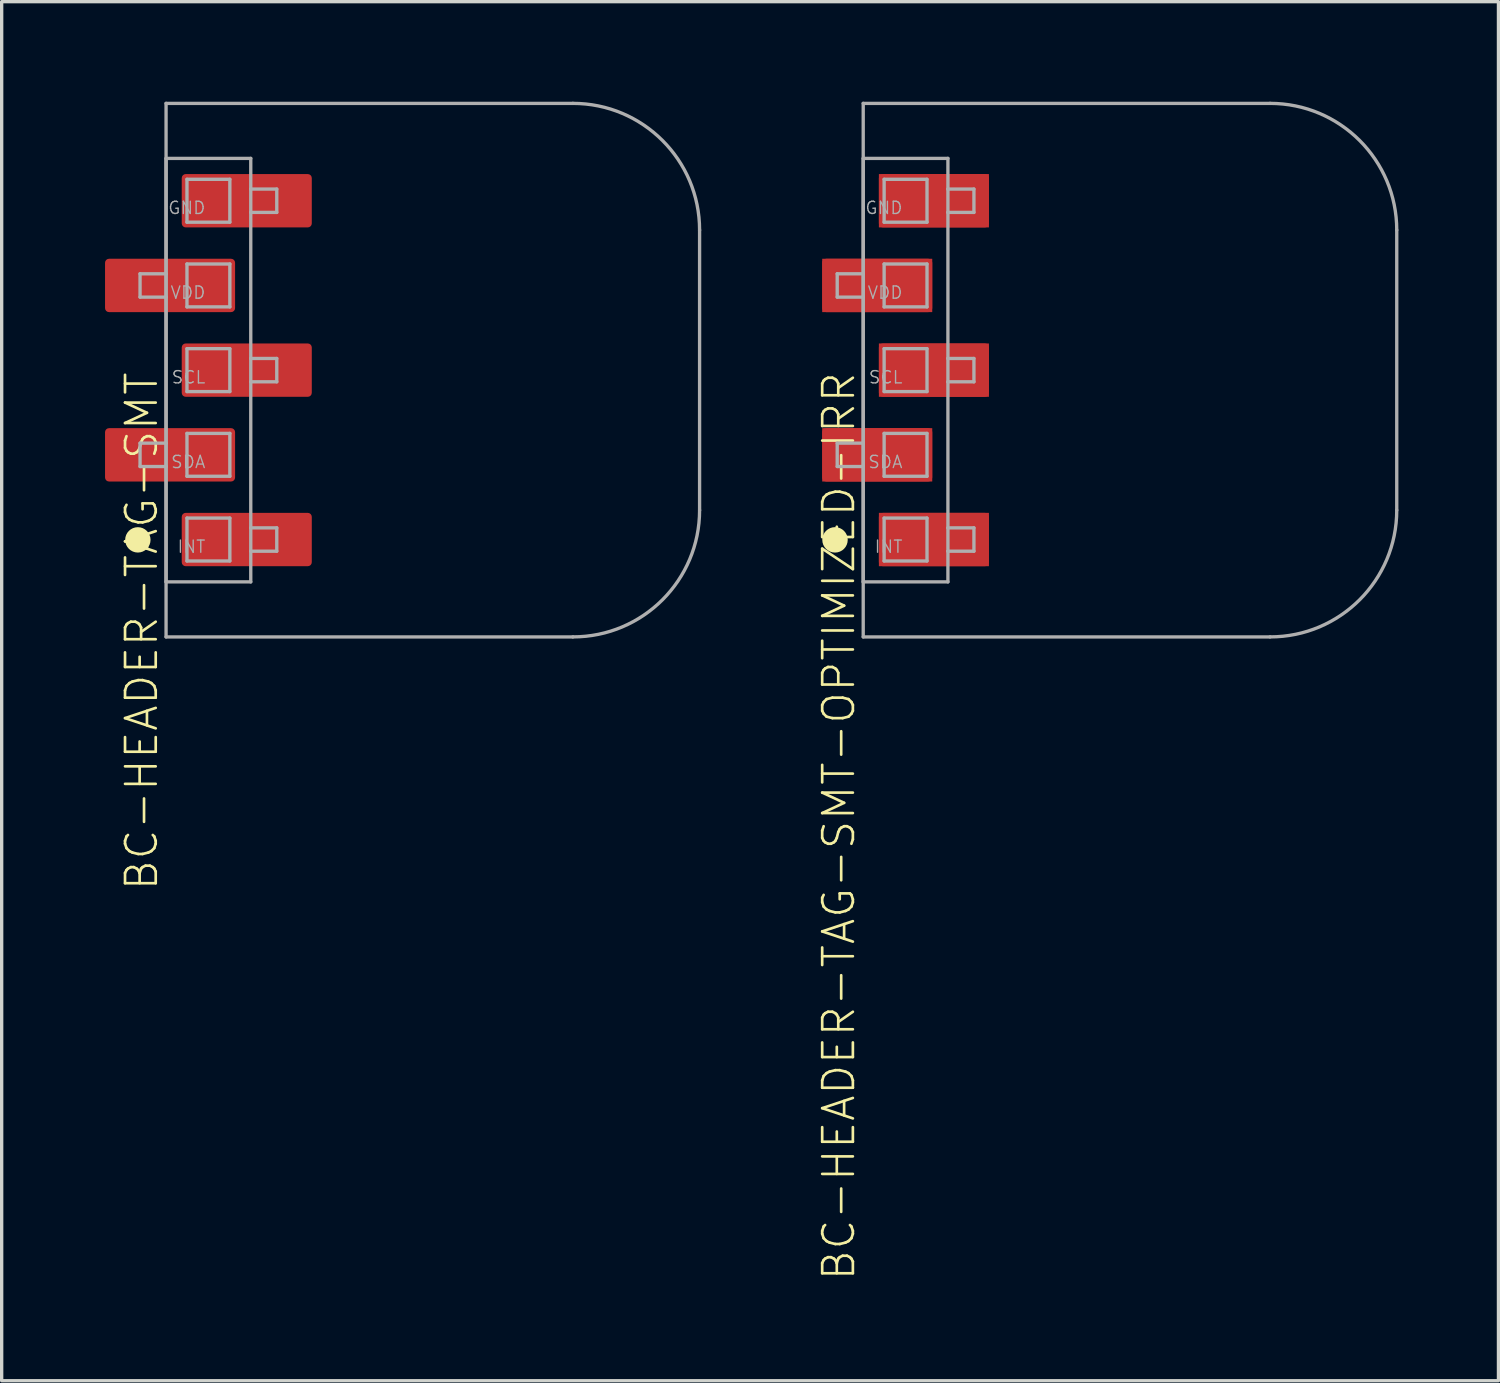
<source format=kicad_pcb>
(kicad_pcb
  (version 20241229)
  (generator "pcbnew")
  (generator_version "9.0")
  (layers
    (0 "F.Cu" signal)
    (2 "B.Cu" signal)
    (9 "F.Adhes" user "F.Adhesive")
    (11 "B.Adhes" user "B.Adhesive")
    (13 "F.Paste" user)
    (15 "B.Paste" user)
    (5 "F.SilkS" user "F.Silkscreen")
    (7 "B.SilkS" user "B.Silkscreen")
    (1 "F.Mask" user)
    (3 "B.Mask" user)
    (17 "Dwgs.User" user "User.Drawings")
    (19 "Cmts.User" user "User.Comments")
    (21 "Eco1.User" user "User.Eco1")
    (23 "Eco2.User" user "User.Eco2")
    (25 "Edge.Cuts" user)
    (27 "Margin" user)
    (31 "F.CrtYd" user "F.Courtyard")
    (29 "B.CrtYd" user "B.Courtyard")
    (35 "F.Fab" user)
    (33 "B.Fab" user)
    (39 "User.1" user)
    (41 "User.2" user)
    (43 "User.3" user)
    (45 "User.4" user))
  (footprint "BC-HEADER-TAG-SMT"
    (layer "F.Cu")
    (at 4.47 8.05)
    (property "Reference" "BC-HEADER-TAG-SMT" (at -3.81 0 90) (unlocked yes) (layer "F.SilkS") (effects (font (size 0.92 0.92) (thickness 0.08)) (justify right top)))
    (fp_poly (pts (xy -4.47 -1.64) (xy -0.37 -1.64) (xy -0.37 -3.44) (xy -4.47 -3.44)) (stroke (width 0) (type default)) (fill yes) (layer "F.Mask"))
    (fp_poly (pts (xy -4.47 3.44) (xy -0.37 3.44) (xy -0.37 1.64) (xy -4.47 1.64)) (stroke (width 0) (type default)) (fill yes) (layer "F.Mask"))
    (fp_poly (pts (xy 1.93 -5.98) (xy -2.17 -5.98) (xy -2.17 -4.18) (xy 1.93 -4.18)) (stroke (width 0) (type default)) (fill yes) (layer "F.Mask"))
    (fp_poly (pts (xy 1.93 -0.9) (xy -2.17 -0.9) (xy -2.17 0.9) (xy 1.93 0.9)) (stroke (width 0) (type default)) (fill yes) (layer "F.Mask"))
    (fp_poly (pts (xy 1.93 4.18) (xy -2.17 4.18) (xy -2.17 5.98) (xy 1.93 5.98)) (stroke (width 0) (type default)) (fill yes) (layer "F.Mask"))
    (fp_circle (center -3.386 5.09) (end -3.196 5.09) (stroke (width 0.381) (type solid)) (fill yes) (layer "F.SilkS"))
    (fp_poly (pts (xy -4.27 -1.89) (xy -2.17 -1.89) (xy -2.17 -3.19) (xy -4.27 -3.19)) (stroke (width 0) (type default)) (fill yes) (layer "F.Paste"))
    (fp_poly (pts (xy -4.27 3.19) (xy -2.17 3.19) (xy -2.17 1.89) (xy -4.27 1.89)) (stroke (width 0) (type default)) (fill yes) (layer "F.Paste"))
    (fp_poly (pts (xy -0.37 0.65) (xy 1.73 0.65) (xy 1.73 -0.65) (xy -0.37 -0.65)) (stroke (width 0) (type default)) (fill yes) (layer "F.Paste"))
    (fp_poly (pts (xy -0.37 5.73) (xy 1.73 5.73) (xy 1.73 4.43) (xy -0.37 4.43)) (stroke (width 0) (type default)) (fill yes) (layer "F.Paste"))
    (fp_poly (pts (xy 1.73 -5.73) (xy -0.37 -5.73) (xy -0.37 -4.43) (xy 1.73 -4.43)) (stroke (width 0) (type default)) (fill yes) (layer "F.Paste"))
    (fp_line (start -3.32 -2.19) (end -3.32 -2.89) (stroke (width 0.1) (type solid)) (layer "F.Fab"))
    (fp_line (start -3.32 2.89) (end -3.32 2.19) (stroke (width 0.1) (type solid)) (layer "F.Fab"))
    (fp_line (start -2.54 -8) (end 9.66 -8) (stroke (width 0.1) (type solid)) (layer "F.Fab"))
    (fp_line (start -2.54 -6.35) (end -2.54 -2.89) (stroke (width 0.1) (type solid)) (layer "F.Fab"))
    (fp_line (start -2.54 -2.89) (end -3.32 -2.89) (stroke (width 0.1) (type solid)) (layer "F.Fab"))
    (fp_line (start -2.54 -2.89) (end -2.54 -2.19) (stroke (width 0.1) (type solid)) (layer "F.Fab"))
    (fp_line (start -2.54 -2.19) (end -3.32 -2.19) (stroke (width 0.1) (type solid)) (layer "F.Fab"))
    (fp_line (start -2.54 -2.19) (end -2.54 2.19) (stroke (width 0.1) (type solid)) (layer "F.Fab"))
    (fp_line (start -2.54 2.19) (end -3.32 2.19) (stroke (width 0.1) (type solid)) (layer "F.Fab"))
    (fp_line (start -2.54 2.19) (end -2.54 2.89) (stroke (width 0.1) (type solid)) (layer "F.Fab"))
    (fp_line (start -2.54 2.89) (end -3.32 2.89) (stroke (width 0.1) (type solid)) (layer "F.Fab"))
    (fp_line (start -2.54 2.89) (end -2.54 6.35) (stroke (width 0.1) (type solid)) (layer "F.Fab"))
    (fp_line (start -2.54 6.35) (end 0 6.35) (stroke (width 0.1) (type solid)) (layer "F.Fab"))
    (fp_line (start -2.54 8) (end -2.54 -8) (stroke (width 0.1) (type solid)) (layer "F.Fab"))
    (fp_line (start -1.913 -5.723) (end -1.913 -4.437) (stroke (width 0.1) (type solid)) (layer "F.Fab"))
    (fp_line (start -1.913 -4.437) (end -0.627 -4.437) (stroke (width 0.1) (type solid)) (layer "F.Fab"))
    (fp_line (start -1.913 -3.183) (end -1.913 -1.897) (stroke (width 0.1) (type solid)) (layer "F.Fab"))
    (fp_line (start -1.913 -1.897) (end -0.627 -1.897) (stroke (width 0.1) (type solid)) (layer "F.Fab"))
    (fp_line (start -1.913 -0.643) (end -1.913 0.643) (stroke (width 0.1) (type solid)) (layer "F.Fab"))
    (fp_line (start -1.913 0.643) (end -0.627 0.643) (stroke (width 0.1) (type solid)) (layer "F.Fab"))
    (fp_line (start -1.913 1.897) (end -1.913 3.183) (stroke (width 0.1) (type solid)) (layer "F.Fab"))
    (fp_line (start -1.913 3.183) (end -0.627 3.183) (stroke (width 0.1) (type solid)) (layer "F.Fab"))
    (fp_line (start -1.913 4.437) (end -1.913 5.723) (stroke (width 0.1) (type solid)) (layer "F.Fab"))
    (fp_line (start -1.913 5.723) (end -0.627 5.723) (stroke (width 0.1) (type solid)) (layer "F.Fab"))
    (fp_line (start -0.627 -5.723) (end -1.913 -5.723) (stroke (width 0.1) (type solid)) (layer "F.Fab"))
    (fp_line (start -0.627 -4.437) (end -0.627 -5.723) (stroke (width 0.1) (type solid)) (layer "F.Fab"))
    (fp_line (start -0.627 -3.183) (end -1.913 -3.183) (stroke (width 0.1) (type solid)) (layer "F.Fab"))
    (fp_line (start -0.627 -1.897) (end -0.627 -3.183) (stroke (width 0.1) (type solid)) (layer "F.Fab"))
    (fp_line (start -0.627 -0.643) (end -1.913 -0.643) (stroke (width 0.1) (type solid)) (layer "F.Fab"))
    (fp_line (start -0.627 0.643) (end -0.627 -0.643) (stroke (width 0.1) (type solid)) (layer "F.Fab"))
    (fp_line (start -0.627 1.897) (end -1.913 1.897) (stroke (width 0.1) (type solid)) (layer "F.Fab"))
    (fp_line (start -0.627 3.183) (end -0.627 1.897) (stroke (width 0.1) (type solid)) (layer "F.Fab"))
    (fp_line (start -0.627 4.437) (end -1.913 4.437) (stroke (width 0.1) (type solid)) (layer "F.Fab"))
    (fp_line (start -0.627 5.723) (end -0.627 4.437) (stroke (width 0.1) (type solid)) (layer "F.Fab"))
    (fp_line (start 0 -6.35) (end -2.54 -6.35) (stroke (width 0.1) (type solid)) (layer "F.Fab"))
    (fp_line (start 0 -5.43) (end 0 -6.35) (stroke (width 0.1) (type solid)) (layer "F.Fab"))
    (fp_line (start 0 -5.43) (end 0.78 -5.43) (stroke (width 0.1) (type solid)) (layer "F.Fab"))
    (fp_line (start 0 -4.73) (end 0 -5.43) (stroke (width 0.1) (type solid)) (layer "F.Fab"))
    (fp_line (start 0 -4.73) (end 0.78 -4.73) (stroke (width 0.1) (type solid)) (layer "F.Fab"))
    (fp_line (start 0 -0.35) (end 0 -4.73) (stroke (width 0.1) (type solid)) (layer "F.Fab"))
    (fp_line (start 0 -0.35) (end 0.78 -0.35) (stroke (width 0.1) (type solid)) (layer "F.Fab"))
    (fp_line (start 0 0.35) (end 0 -0.35) (stroke (width 0.1) (type solid)) (layer "F.Fab"))
    (fp_line (start 0 0.35) (end 0.78 0.35) (stroke (width 0.1) (type solid)) (layer "F.Fab"))
    (fp_line (start 0 4.73) (end 0 0.35) (stroke (width 0.1) (type solid)) (layer "F.Fab"))
    (fp_line (start 0 4.73) (end 0.78 4.73) (stroke (width 0.1) (type solid)) (layer "F.Fab"))
    (fp_line (start 0 5.43) (end 0 4.73) (stroke (width 0.1) (type solid)) (layer "F.Fab"))
    (fp_line (start 0 5.43) (end 0.78 5.43) (stroke (width 0.1) (type solid)) (layer "F.Fab"))
    (fp_line (start 0 6.35) (end 0 5.43) (stroke (width 0.1) (type solid)) (layer "F.Fab"))
    (fp_line (start 0.78 -5.43) (end 0.78 -4.73) (stroke (width 0.1) (type solid)) (layer "F.Fab"))
    (fp_line (start 0.78 -0.35) (end 0.78 0.35) (stroke (width 0.1) (type solid)) (layer "F.Fab"))
    (fp_line (start 0.78 4.73) (end 0.78 5.43) (stroke (width 0.1) (type solid)) (layer "F.Fab"))
    (fp_line (start 9.66 8) (end -2.54 8) (stroke (width 0.1) (type solid)) (layer "F.Fab"))
    (fp_line (start 13.46 -4.2) (end 13.46 4.2) (stroke (width 0.1) (type solid)) (layer "F.Fab"))
    (fp_arc (start 9.66 -8) (mid 12.347006 -6.887006) (end 13.46 -4.2) (stroke (width 0.1) (type solid)) (layer "F.Fab"))
    (fp_arc (start 13.46 4.2) (mid 12.347006 6.887006) (end 9.66 8) (stroke (width 0.1) (type solid)) (layer "F.Fab"))
    (fp_text user "GND" (at -1.333 -5.08 0) (layer "F.Fab") (effects (font (size 0.366 0.366) (thickness 0.041)) (justify right top)))
    (fp_text user "INT" (at -1.333 5.08 0) (layer "F.Fab") (effects (font (size 0.366 0.366) (thickness 0.041)) (justify right top)))
    (fp_text user "SCL" (at -1.333 0 0) (layer "F.Fab") (effects (font (size 0.366 0.366) (thickness 0.041)) (justify right top)))
    (fp_text user "SDA" (at -1.333 2.54 0) (layer "F.Fab") (effects (font (size 0.366 0.366) (thickness 0.041)) (justify right top)))
    (fp_text user "VDD" (at -1.333 -2.54 0) (layer "F.Fab") (effects (font (size 0.366 0.366) (thickness 0.041)) (justify right top)))
    (pad "1" smd roundrect (at -0.12 5.08) (size 3.9 1.6) (layers "F.Cu") (roundrect_rratio 0.075))
    (pad "2" smd roundrect (at -2.42 2.54) (size 3.9 1.6) (layers "F.Cu") (roundrect_rratio 0.075))
    (pad "3" smd roundrect (at -0.12 0) (size 3.9 1.6) (layers "F.Cu") (roundrect_rratio 0.075))
    (pad "4" smd roundrect (at -2.42 -2.54) (size 3.9 1.6) (layers "F.Cu") (roundrect_rratio 0.075))
    (pad "5" smd roundrect (at -0.12 -5.08) (size 3.9 1.6) (layers "F.Cu") (roundrect_rratio 0.075)))
  (footprint "BC-HEADER-TAG-SMT-OPTIMIZED-IRR"
    (layer "F.Cu")
    (at 24.107 8.05)
    (property "Reference" "BC-HEADER-TAG-SMT-OPTIMIZED-IRR" (at -2.54 0 90) (unlocked yes) (layer "F.SilkS") (effects (font (size 0.92 0.92) (thickness 0.08)) (justify right top)))
    (fp_poly (pts (xy 0.8 -1.74) (xy -2.5 -1.74) (xy -2.5 -3.34) (xy 0.8 -3.34)) (stroke (width 0) (type default)) (fill yes) (layer "F.Cu"))
    (fp_poly (pts (xy 0.8 3.34) (xy -2.5 3.34) (xy -2.5 1.74) (xy 0.8 1.74)) (stroke (width 0) (type default)) (fill yes) (layer "F.Cu"))
    (fp_poly (pts (xy 2.5 -4.28) (xy -0.8 -4.28) (xy -0.8 -5.88) (xy 2.5 -5.88)) (stroke (width 0) (type default)) (fill yes) (layer "F.Cu"))
    (fp_poly (pts (xy 2.5 0.8) (xy -0.8 0.8) (xy -0.8 -0.8) (xy 2.5 -0.8)) (stroke (width 0) (type default)) (fill yes) (layer "F.Cu"))
    (fp_poly (pts (xy 2.5 5.88) (xy -0.8 5.88) (xy -0.8 4.28) (xy 2.5 4.28)) (stroke (width 0) (type default)) (fill yes) (layer "F.Cu"))
    (fp_poly (pts (xy -0.9 -4.18) (xy 2.6 -4.18) (xy 2.6 -5.98) (xy -0.9 -5.98)) (stroke (width 0) (type default)) (fill yes) (layer "F.Mask"))
    (fp_poly (pts (xy -0.9 0.9) (xy 2.6 0.9) (xy 2.6 -0.9) (xy -0.9 -0.9)) (stroke (width 0) (type default)) (fill yes) (layer "F.Mask"))
    (fp_poly (pts (xy -0.9 5.98) (xy 2.6 5.98) (xy 2.6 4.18) (xy -0.9 4.18)) (stroke (width 0) (type default)) (fill yes) (layer "F.Mask"))
    (fp_poly (pts (xy 0.9 -3.44) (xy -2.6 -3.44) (xy -2.6 -1.64) (xy 0.9 -1.64)) (stroke (width 0) (type default)) (fill yes) (layer "F.Mask"))
    (fp_poly (pts (xy 0.9 1.64) (xy -2.6 1.64) (xy -2.6 3.44) (xy 0.9 3.44)) (stroke (width 0) (type default)) (fill yes) (layer "F.Mask"))
    (fp_circle (center -2.116 5.09) (end -1.925 5.09) (stroke (width 0.381) (type solid)) (fill yes) (layer "F.SilkS"))
    (fp_poly (pts (xy -3.127 -1.446) (xy -0.773 -1.446) (xy -0.773 -3.635) (xy -3.127 -3.635)) (stroke (width 0) (type default)) (fill yes) (layer "F.Paste"))
    (fp_poly (pts (xy -3.127 3.635) (xy -0.773 3.635) (xy -0.773 1.446) (xy -3.127 1.446)) (stroke (width 0) (type default)) (fill yes) (layer "F.Paste"))
    (fp_poly (pts (xy 3.127 -6.175) (xy 0.773 -6.175) (xy 0.773 -3.986) (xy 3.127 -3.986)) (stroke (width 0) (type default)) (fill yes) (layer "F.Paste"))
    (fp_poly (pts (xy 3.127 -1.095) (xy 0.773 -1.095) (xy 0.773 1.095) (xy 3.127 1.095)) (stroke (width 0) (type default)) (fill yes) (layer "F.Paste"))
    (fp_poly (pts (xy 3.127 3.986) (xy 0.773 3.986) (xy 0.773 6.175) (xy 3.127 6.175)) (stroke (width 0) (type default)) (fill yes) (layer "F.Paste"))
    (fp_line (start -2.05 -2.19) (end -2.05 -2.89) (stroke (width 0.1) (type solid)) (layer "F.Fab"))
    (fp_line (start -2.05 2.89) (end -2.05 2.19) (stroke (width 0.1) (type solid)) (layer "F.Fab"))
    (fp_line (start -1.27 -8) (end 10.93 -8) (stroke (width 0.1) (type solid)) (layer "F.Fab"))
    (fp_line (start -1.27 -6.35) (end -1.27 -2.89) (stroke (width 0.1) (type solid)) (layer "F.Fab"))
    (fp_line (start -1.27 -2.89) (end -2.05 -2.89) (stroke (width 0.1) (type solid)) (layer "F.Fab"))
    (fp_line (start -1.27 -2.89) (end -1.27 -2.19) (stroke (width 0.1) (type solid)) (layer "F.Fab"))
    (fp_line (start -1.27 -2.19) (end -2.05 -2.19) (stroke (width 0.1) (type solid)) (layer "F.Fab"))
    (fp_line (start -1.27 -2.19) (end -1.27 2.19) (stroke (width 0.1) (type solid)) (layer "F.Fab"))
    (fp_line (start -1.27 2.19) (end -2.05 2.19) (stroke (width 0.1) (type solid)) (layer "F.Fab"))
    (fp_line (start -1.27 2.19) (end -1.27 2.89) (stroke (width 0.1) (type solid)) (layer "F.Fab"))
    (fp_line (start -1.27 2.89) (end -2.05 2.89) (stroke (width 0.1) (type solid)) (layer "F.Fab"))
    (fp_line (start -1.27 2.89) (end -1.27 6.35) (stroke (width 0.1) (type solid)) (layer "F.Fab"))
    (fp_line (start -1.27 6.35) (end 1.27 6.35) (stroke (width 0.1) (type solid)) (layer "F.Fab"))
    (fp_line (start -1.27 8) (end -1.27 -8) (stroke (width 0.1) (type solid)) (layer "F.Fab"))
    (fp_line (start -0.643 -5.723) (end -0.643 -4.437) (stroke (width 0.1) (type solid)) (layer "F.Fab"))
    (fp_line (start -0.643 -4.437) (end 0.643 -4.437) (stroke (width 0.1) (type solid)) (layer "F.Fab"))
    (fp_line (start -0.643 -3.183) (end -0.643 -1.897) (stroke (width 0.1) (type solid)) (layer "F.Fab"))
    (fp_line (start -0.643 -1.897) (end 0.643 -1.897) (stroke (width 0.1) (type solid)) (layer "F.Fab"))
    (fp_line (start -0.643 -0.643) (end -0.643 0.643) (stroke (width 0.1) (type solid)) (layer "F.Fab"))
    (fp_line (start -0.643 0.643) (end 0.643 0.643) (stroke (width 0.1) (type solid)) (layer "F.Fab"))
    (fp_line (start -0.643 1.897) (end -0.643 3.183) (stroke (width 0.1) (type solid)) (layer "F.Fab"))
    (fp_line (start -0.643 3.183) (end 0.643 3.183) (stroke (width 0.1) (type solid)) (layer "F.Fab"))
    (fp_line (start -0.643 4.437) (end -0.643 5.723) (stroke (width 0.1) (type solid)) (layer "F.Fab"))
    (fp_line (start -0.643 5.723) (end 0.643 5.723) (stroke (width 0.1) (type solid)) (layer "F.Fab"))
    (fp_line (start 0.643 -5.723) (end -0.643 -5.723) (stroke (width 0.1) (type solid)) (layer "F.Fab"))
    (fp_line (start 0.643 -4.437) (end 0.643 -5.723) (stroke (width 0.1) (type solid)) (layer "F.Fab"))
    (fp_line (start 0.643 -3.183) (end -0.643 -3.183) (stroke (width 0.1) (type solid)) (layer "F.Fab"))
    (fp_line (start 0.643 -1.897) (end 0.643 -3.183) (stroke (width 0.1) (type solid)) (layer "F.Fab"))
    (fp_line (start 0.643 -0.643) (end -0.643 -0.643) (stroke (width 0.1) (type solid)) (layer "F.Fab"))
    (fp_line (start 0.643 0.643) (end 0.643 -0.643) (stroke (width 0.1) (type solid)) (layer "F.Fab"))
    (fp_line (start 0.643 1.897) (end -0.643 1.897) (stroke (width 0.1) (type solid)) (layer "F.Fab"))
    (fp_line (start 0.643 3.183) (end 0.643 1.897) (stroke (width 0.1) (type solid)) (layer "F.Fab"))
    (fp_line (start 0.643 4.437) (end -0.643 4.437) (stroke (width 0.1) (type solid)) (layer "F.Fab"))
    (fp_line (start 0.643 5.723) (end 0.643 4.437) (stroke (width 0.1) (type solid)) (layer "F.Fab"))
    (fp_line (start 1.27 -6.35) (end -1.27 -6.35) (stroke (width 0.1) (type solid)) (layer "F.Fab"))
    (fp_line (start 1.27 -5.43) (end 1.27 -6.35) (stroke (width 0.1) (type solid)) (layer "F.Fab"))
    (fp_line (start 1.27 -5.43) (end 2.05 -5.43) (stroke (width 0.1) (type solid)) (layer "F.Fab"))
    (fp_line (start 1.27 -4.73) (end 1.27 -5.43) (stroke (width 0.1) (type solid)) (layer "F.Fab"))
    (fp_line (start 1.27 -4.73) (end 2.05 -4.73) (stroke (width 0.1) (type solid)) (layer "F.Fab"))
    (fp_line (start 1.27 -0.35) (end 1.27 -4.73) (stroke (width 0.1) (type solid)) (layer "F.Fab"))
    (fp_line (start 1.27 -0.35) (end 2.05 -0.35) (stroke (width 0.1) (type solid)) (layer "F.Fab"))
    (fp_line (start 1.27 0.35) (end 1.27 -0.35) (stroke (width 0.1) (type solid)) (layer "F.Fab"))
    (fp_line (start 1.27 0.35) (end 2.05 0.35) (stroke (width 0.1) (type solid)) (layer "F.Fab"))
    (fp_line (start 1.27 4.73) (end 1.27 0.35) (stroke (width 0.1) (type solid)) (layer "F.Fab"))
    (fp_line (start 1.27 4.73) (end 2.05 4.73) (stroke (width 0.1) (type solid)) (layer "F.Fab"))
    (fp_line (start 1.27 5.43) (end 1.27 4.73) (stroke (width 0.1) (type solid)) (layer "F.Fab"))
    (fp_line (start 1.27 5.43) (end 2.05 5.43) (stroke (width 0.1) (type solid)) (layer "F.Fab"))
    (fp_line (start 1.27 6.35) (end 1.27 5.43) (stroke (width 0.1) (type solid)) (layer "F.Fab"))
    (fp_line (start 2.05 -5.43) (end 2.05 -4.73) (stroke (width 0.1) (type solid)) (layer "F.Fab"))
    (fp_line (start 2.05 -0.35) (end 2.05 0.35) (stroke (width 0.1) (type solid)) (layer "F.Fab"))
    (fp_line (start 2.05 4.73) (end 2.05 5.43) (stroke (width 0.1) (type solid)) (layer "F.Fab"))
    (fp_line (start 10.93 8) (end -1.27 8) (stroke (width 0.1) (type solid)) (layer "F.Fab"))
    (fp_line (start 14.73 -4.2) (end 14.73 4.2) (stroke (width 0.1) (type solid)) (layer "F.Fab"))
    (fp_arc (start 10.93 -8) (mid 13.617006 -6.887006) (end 14.73 -4.2) (stroke (width 0.1) (type solid)) (layer "F.Fab"))
    (fp_arc (start 14.73 4.2) (mid 13.617006 6.887006) (end 10.93 8) (stroke (width 0.1) (type solid)) (layer "F.Fab"))
    (fp_text user "GND" (at -0.064 -5.08 0) (layer "F.Fab") (effects (font (size 0.366 0.366) (thickness 0.041)) (justify right top)))
    (fp_text user "SDA" (at -0.064 2.54 0) (layer "F.Fab") (effects (font (size 0.366 0.366) (thickness 0.041)) (justify right top)))
    (fp_text user "VDD" (at -0.064 -2.54 0) (layer "F.Fab") (effects (font (size 0.366 0.366) (thickness 0.041)) (justify right top)))
    (fp_text user "SCL" (at -0.064 0 0) (layer "F.Fab") (effects (font (size 0.366 0.366) (thickness 0.041)) (justify right top)))
    (fp_text user "INT" (at -0.064 5.08 0) (layer "F.Fab") (effects (font (size 0.366 0.366) (thickness 0.041)) (justify right top)))
    (pad "1" smd roundrect (at 0.85 5.08) (size 3.3 1.6) (layers "F.Cu") (roundrect_rratio 0.075))
    (pad "2" smd roundrect (at -0.85 2.54) (size 3.3 1.6) (layers "F.Cu") (roundrect_rratio 0.075))
    (pad "3" smd roundrect (at 0.85 0) (size 3.3 1.6) (layers "F.Cu") (roundrect_rratio 0.075))
    (pad "4" smd roundrect (at -0.85 -2.54) (size 3.3 1.6) (layers "F.Cu") (roundrect_rratio 0.075))
    (pad "5" smd roundrect (at 0.85 -5.08) (size 3.3 1.6) (layers "F.Cu") (roundrect_rratio 0.075)))
  (gr_rect
    (start -3 -3)
    (end 41.887 38.356)
    (stroke (width 0.1) (type default))
    (fill no)
    (layer "Edge.Cuts")))
</source>
